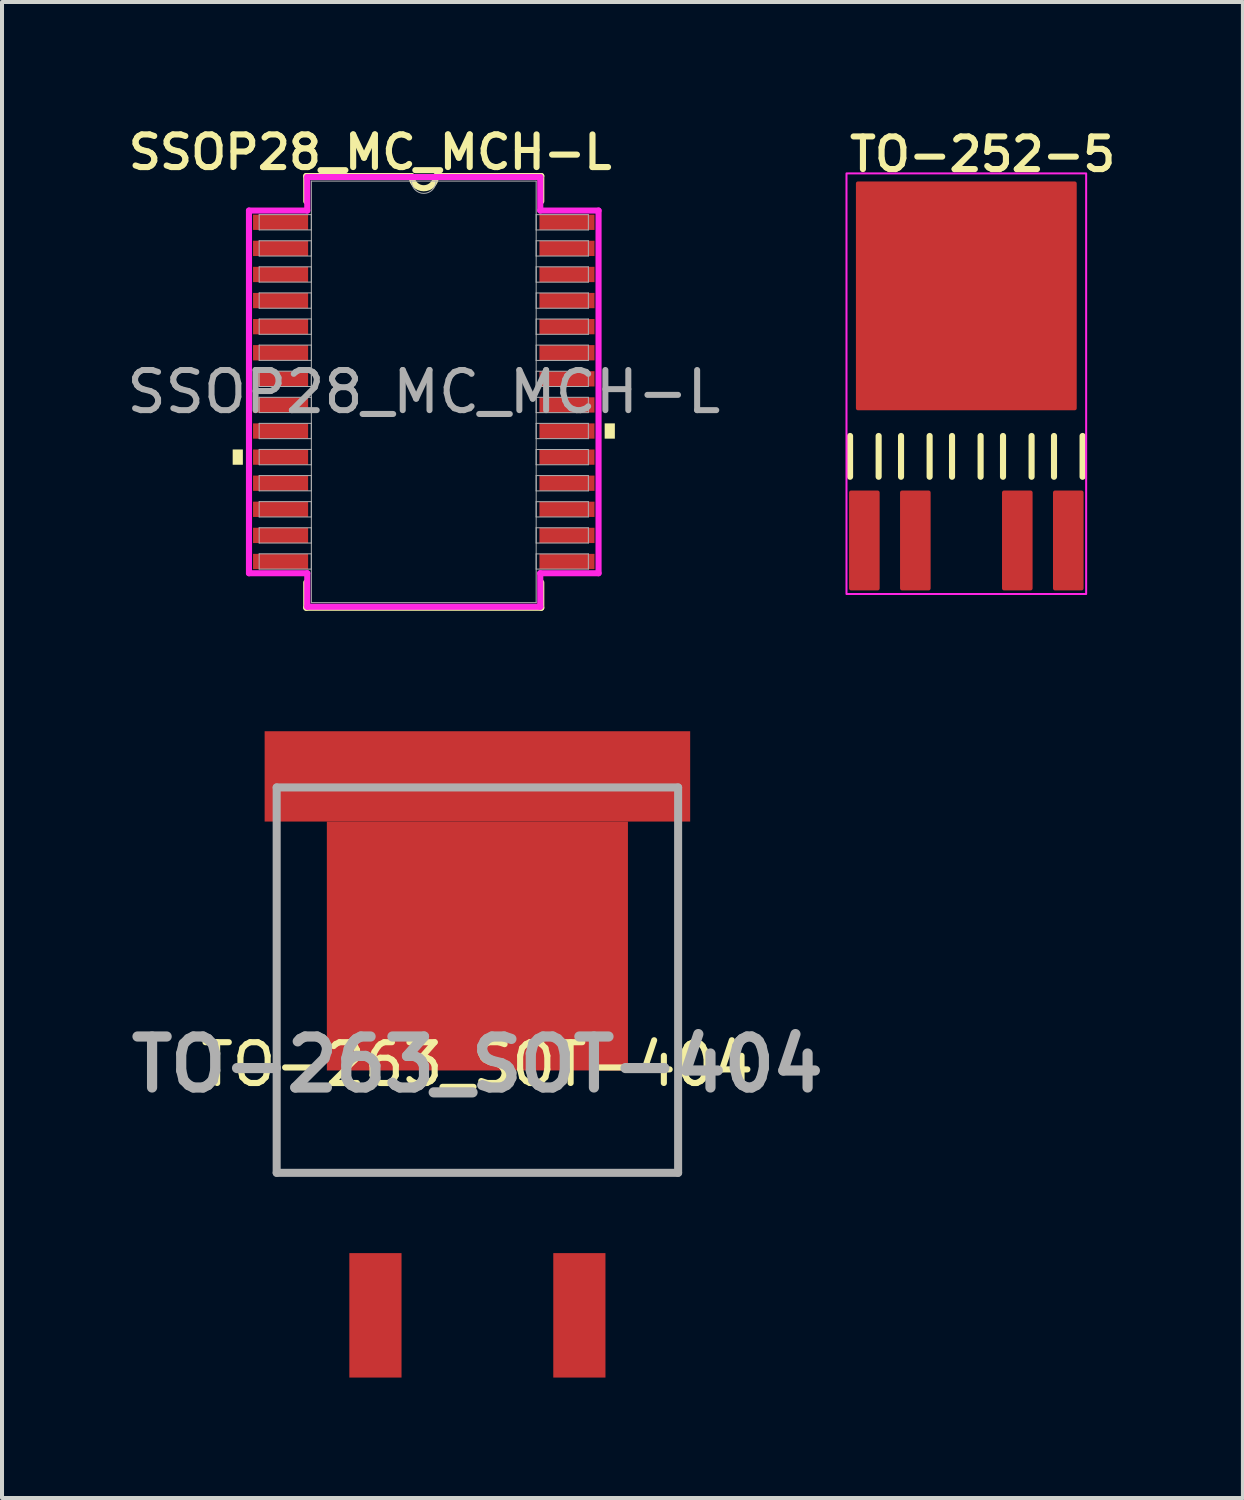
<source format=kicad_pcb>
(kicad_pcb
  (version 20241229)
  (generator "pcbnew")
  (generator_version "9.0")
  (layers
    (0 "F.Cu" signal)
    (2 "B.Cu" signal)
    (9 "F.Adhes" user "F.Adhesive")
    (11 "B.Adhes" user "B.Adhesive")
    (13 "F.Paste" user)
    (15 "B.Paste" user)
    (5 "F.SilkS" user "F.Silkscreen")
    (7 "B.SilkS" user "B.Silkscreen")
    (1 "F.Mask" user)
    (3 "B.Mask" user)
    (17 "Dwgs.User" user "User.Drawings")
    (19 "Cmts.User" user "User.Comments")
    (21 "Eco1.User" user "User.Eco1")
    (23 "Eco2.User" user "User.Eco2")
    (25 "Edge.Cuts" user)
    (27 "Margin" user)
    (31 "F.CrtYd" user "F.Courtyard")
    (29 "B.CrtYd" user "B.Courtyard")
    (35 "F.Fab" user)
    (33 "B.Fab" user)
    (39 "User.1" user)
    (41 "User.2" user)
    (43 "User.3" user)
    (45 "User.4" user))
  (footprint "TO-252-5"
    (layer "F.Cu")
    (at 21.021 4)
    (property "Reference" "TO-252-5" (at -2.985 -2.731 0) (layer "F.SilkS") (effects (font (size 0.813 0.813) (thickness 0.152) (bold yes)) (justify left bottom)))
    (attr smd)
    (fp_line (start -2.896 3.81) (end -2.896 4.826) (stroke (width 0.152) (type solid)) (layer "F.SilkS"))
    (fp_line (start -2.184 3.81) (end -2.184 4.826) (stroke (width 0.152) (type solid)) (layer "F.SilkS"))
    (fp_line (start -1.626 3.81) (end -1.626 4.826) (stroke (width 0.152) (type solid)) (layer "F.SilkS"))
    (fp_line (start -0.914 3.81) (end -0.914 4.826) (stroke (width 0.152) (type solid)) (layer "F.SilkS"))
    (fp_line (start -0.356 3.81) (end -0.356 4.826) (stroke (width 0.152) (type solid)) (layer "F.SilkS"))
    (fp_line (start 0.356 3.81) (end 0.356 4.826) (stroke (width 0.152) (type solid)) (layer "F.SilkS"))
    (fp_line (start 0.914 3.81) (end 0.914 4.826) (stroke (width 0.152) (type solid)) (layer "F.SilkS"))
    (fp_line (start 1.626 3.81) (end 1.626 4.826) (stroke (width 0.152) (type solid)) (layer "F.SilkS"))
    (fp_line (start 2.184 3.81) (end 2.184 4.826) (stroke (width 0.152) (type solid)) (layer "F.SilkS"))
    (fp_line (start 2.896 3.81) (end 2.896 4.826) (stroke (width 0.152) (type solid)) (layer "F.SilkS"))
    (fp_rect (start -2.985 -2.731) (end 2.985 7.747) (stroke (width 0.05) (type default)) (fill no) (layer "F.CrtYd"))
    (pad "1" smd roundrect (at -2.54 6.413) (size 0.762 2.489) (layers "F.Cu" "F.Mask" "F.Paste") (roundrect_rratio 0.067))
    (pad "2" smd roundrect (at -1.27 6.413) (size 0.762 2.489) (layers "F.Cu" "F.Mask" "F.Paste") (roundrect_rratio 0.067))
    (pad "3" smd roundrect (at 0 0.32) (size 5.5 5.7) (layers "F.Cu" "F.Mask" "F.Paste") (roundrect_rratio 0.009))
    (pad "4" smd roundrect (at 1.27 6.413) (size 0.762 2.489) (layers "F.Cu" "F.Mask" "F.Paste") (roundrect_rratio 0.067))
    (pad "5" smd roundrect (at 2.54 6.413) (size 0.762 2.489) (layers "F.Cu" "F.Mask" "F.Paste") (roundrect_rratio 0.067)))
  (footprint "SSOP28_MC_MCH-L"
    (layer "F.Cu")
    (at 7.506 6.712)
    (property "Reference" "SSOP28_MC_MCH-L" (at -1.333 -5.969 0) (unlocked yes) (layer "F.SilkS") (effects (font (size 0.813 0.813) (thickness 0.152) (bold yes))))
    (attr smd)
    (fp_line (start -2.927 -5.377) (end -2.927 -4.748) (stroke (width 0.152) (type solid)) (layer "F.SilkS"))
    (fp_line (start -2.927 4.748) (end -2.927 5.377) (stroke (width 0.152) (type solid)) (layer "F.SilkS"))
    (fp_line (start -2.927 5.377) (end 2.927 5.377) (stroke (width 0.152) (type solid)) (layer "F.SilkS"))
    (fp_line (start -0.305 -5.377) (end -2.927 -5.377) (stroke (width 0.152) (type solid)) (layer "F.SilkS"))
    (fp_line (start 2.927 -5.377) (end 0.305 -5.377) (stroke (width 0.152) (type solid)) (layer "F.SilkS"))
    (fp_line (start 2.927 -4.748) (end 2.927 -5.377) (stroke (width 0.152) (type solid)) (layer "F.SilkS"))
    (fp_line (start 2.927 5.377) (end 2.927 4.748) (stroke (width 0.152) (type solid)) (layer "F.SilkS"))
    (fp_arc (start 0.3048 -5.377) (mid 0 -5.0722) (end -0.3048 -5.377) (stroke (width 0.1524) (type solid)) (layer "F.SilkS"))
    (fp_poly (pts (xy -4.76 1.434) (xy -4.76 1.815) (xy -4.506 1.815) (xy -4.506 1.434)) (stroke (width 0) (type solid)) (fill yes) (layer "F.SilkS"))
    (fp_poly (pts (xy 4.76 0.784) (xy 4.76 1.165) (xy 4.506 1.165) (xy 4.506 0.784)) (stroke (width 0) (type solid)) (fill yes) (layer "F.SilkS"))
    (fp_line (start -4.354 -4.517) (end -2.902 -4.517) (stroke (width 0.152) (type solid)) (layer "F.CrtYd"))
    (fp_line (start -4.354 4.517) (end -4.354 -4.517) (stroke (width 0.152) (type solid)) (layer "F.CrtYd"))
    (fp_line (start -4.354 4.517) (end -2.902 4.517) (stroke (width 0.152) (type solid)) (layer "F.CrtYd"))
    (fp_line (start -2.902 -5.352) (end 2.902 -5.352) (stroke (width 0.152) (type solid)) (layer "F.CrtYd"))
    (fp_line (start -2.902 -4.517) (end -2.902 -5.352) (stroke (width 0.152) (type solid)) (layer "F.CrtYd"))
    (fp_line (start -2.902 5.352) (end -2.902 4.517) (stroke (width 0.152) (type solid)) (layer "F.CrtYd"))
    (fp_line (start 2.902 -5.352) (end 2.902 -4.517) (stroke (width 0.152) (type solid)) (layer "F.CrtYd"))
    (fp_line (start 2.902 4.517) (end 2.902 5.352) (stroke (width 0.152) (type solid)) (layer "F.CrtYd"))
    (fp_line (start 2.902 5.352) (end -2.902 5.352) (stroke (width 0.152) (type solid)) (layer "F.CrtYd"))
    (fp_line (start 4.354 -4.517) (end 2.902 -4.517) (stroke (width 0.152) (type solid)) (layer "F.CrtYd"))
    (fp_line (start 4.354 -4.517) (end 4.354 4.517) (stroke (width 0.152) (type solid)) (layer "F.CrtYd"))
    (fp_line (start 4.354 4.517) (end 2.902 4.517) (stroke (width 0.152) (type solid)) (layer "F.CrtYd"))
    (fp_line (start -4.1 -4.415) (end -4.1 -4.035) (stroke (width 0.025) (type solid)) (layer "F.Fab"))
    (fp_line (start -4.1 -4.035) (end -2.8 -4.035) (stroke (width 0.025) (type solid)) (layer "F.Fab"))
    (fp_line (start -4.1 -3.765) (end -4.1 -3.385) (stroke (width 0.025) (type solid)) (layer "F.Fab"))
    (fp_line (start -4.1 -3.385) (end -2.8 -3.385) (stroke (width 0.025) (type solid)) (layer "F.Fab"))
    (fp_line (start -4.1 -3.115) (end -4.1 -2.735) (stroke (width 0.025) (type solid)) (layer "F.Fab"))
    (fp_line (start -4.1 -2.735) (end -2.8 -2.735) (stroke (width 0.025) (type solid)) (layer "F.Fab"))
    (fp_line (start -4.1 -2.466) (end -4.1 -2.084) (stroke (width 0.025) (type solid)) (layer "F.Fab"))
    (fp_line (start -4.1 -2.084) (end -2.8 -2.084) (stroke (width 0.025) (type solid)) (layer "F.Fab"))
    (fp_line (start -4.1 -1.816) (end -4.1 -1.435) (stroke (width 0.025) (type solid)) (layer "F.Fab"))
    (fp_line (start -4.1 -1.435) (end -2.8 -1.435) (stroke (width 0.025) (type solid)) (layer "F.Fab"))
    (fp_line (start -4.1 -1.166) (end -4.1 -0.785) (stroke (width 0.025) (type solid)) (layer "F.Fab"))
    (fp_line (start -4.1 -0.785) (end -2.8 -0.785) (stroke (width 0.025) (type solid)) (layer "F.Fab"))
    (fp_line (start -4.1 -0.516) (end -4.1 -0.135) (stroke (width 0.025) (type solid)) (layer "F.Fab"))
    (fp_line (start -4.1 -0.135) (end -2.8 -0.135) (stroke (width 0.025) (type solid)) (layer "F.Fab"))
    (fp_line (start -4.1 0.134) (end -4.1 0.515) (stroke (width 0.025) (type solid)) (layer "F.Fab"))
    (fp_line (start -4.1 0.515) (end -2.8 0.515) (stroke (width 0.025) (type solid)) (layer "F.Fab"))
    (fp_line (start -4.1 0.784) (end -4.1 1.165) (stroke (width 0.025) (type solid)) (layer "F.Fab"))
    (fp_line (start -4.1 1.165) (end -2.8 1.165) (stroke (width 0.025) (type solid)) (layer "F.Fab"))
    (fp_line (start -4.1 1.434) (end -4.1 1.815) (stroke (width 0.025) (type solid)) (layer "F.Fab"))
    (fp_line (start -4.1 1.815) (end -2.8 1.815) (stroke (width 0.025) (type solid)) (layer "F.Fab"))
    (fp_line (start -4.1 2.084) (end -4.1 2.465) (stroke (width 0.025) (type solid)) (layer "F.Fab"))
    (fp_line (start -4.1 2.465) (end -2.8 2.465) (stroke (width 0.025) (type solid)) (layer "F.Fab"))
    (fp_line (start -4.1 2.734) (end -4.1 3.115) (stroke (width 0.025) (type solid)) (layer "F.Fab"))
    (fp_line (start -4.1 3.115) (end -2.8 3.115) (stroke (width 0.025) (type solid)) (layer "F.Fab"))
    (fp_line (start -4.1 3.384) (end -4.1 3.765) (stroke (width 0.025) (type solid)) (layer "F.Fab"))
    (fp_line (start -4.1 3.765) (end -2.8 3.765) (stroke (width 0.025) (type solid)) (layer "F.Fab"))
    (fp_line (start -4.1 4.034) (end -4.1 4.415) (stroke (width 0.025) (type solid)) (layer "F.Fab"))
    (fp_line (start -4.1 4.415) (end -2.8 4.415) (stroke (width 0.025) (type solid)) (layer "F.Fab"))
    (fp_line (start -2.8 -5.25) (end -2.8 5.25) (stroke (width 0.025) (type solid)) (layer "F.Fab"))
    (fp_line (start -2.8 -4.415) (end -4.1 -4.415) (stroke (width 0.025) (type solid)) (layer "F.Fab"))
    (fp_line (start -2.8 -4.035) (end -2.8 -4.415) (stroke (width 0.025) (type solid)) (layer "F.Fab"))
    (fp_line (start -2.8 -3.765) (end -4.1 -3.765) (stroke (width 0.025) (type solid)) (layer "F.Fab"))
    (fp_line (start -2.8 -3.385) (end -2.8 -3.765) (stroke (width 0.025) (type solid)) (layer "F.Fab"))
    (fp_line (start -2.8 -3.115) (end -4.1 -3.115) (stroke (width 0.025) (type solid)) (layer "F.Fab"))
    (fp_line (start -2.8 -2.735) (end -2.8 -3.115) (stroke (width 0.025) (type solid)) (layer "F.Fab"))
    (fp_line (start -2.8 -2.466) (end -4.1 -2.466) (stroke (width 0.025) (type solid)) (layer "F.Fab"))
    (fp_line (start -2.8 -2.084) (end -2.8 -2.466) (stroke (width 0.025) (type solid)) (layer "F.Fab"))
    (fp_line (start -2.8 -1.816) (end -4.1 -1.816) (stroke (width 0.025) (type solid)) (layer "F.Fab"))
    (fp_line (start -2.8 -1.435) (end -2.8 -1.816) (stroke (width 0.025) (type solid)) (layer "F.Fab"))
    (fp_line (start -2.8 -1.166) (end -4.1 -1.166) (stroke (width 0.025) (type solid)) (layer "F.Fab"))
    (fp_line (start -2.8 -0.785) (end -2.8 -1.166) (stroke (width 0.025) (type solid)) (layer "F.Fab"))
    (fp_line (start -2.8 -0.516) (end -4.1 -0.516) (stroke (width 0.025) (type solid)) (layer "F.Fab"))
    (fp_line (start -2.8 -0.135) (end -2.8 -0.516) (stroke (width 0.025) (type solid)) (layer "F.Fab"))
    (fp_line (start -2.8 0.134) (end -4.1 0.134) (stroke (width 0.025) (type solid)) (layer "F.Fab"))
    (fp_line (start -2.8 0.515) (end -2.8 0.134) (stroke (width 0.025) (type solid)) (layer "F.Fab"))
    (fp_line (start -2.8 0.784) (end -4.1 0.784) (stroke (width 0.025) (type solid)) (layer "F.Fab"))
    (fp_line (start -2.8 1.165) (end -2.8 0.784) (stroke (width 0.025) (type solid)) (layer "F.Fab"))
    (fp_line (start -2.8 1.434) (end -4.1 1.434) (stroke (width 0.025) (type solid)) (layer "F.Fab"))
    (fp_line (start -2.8 1.815) (end -2.8 1.434) (stroke (width 0.025) (type solid)) (layer "F.Fab"))
    (fp_line (start -2.8 2.084) (end -4.1 2.084) (stroke (width 0.025) (type solid)) (layer "F.Fab"))
    (fp_line (start -2.8 2.465) (end -2.8 2.084) (stroke (width 0.025) (type solid)) (layer "F.Fab"))
    (fp_line (start -2.8 2.734) (end -4.1 2.734) (stroke (width 0.025) (type solid)) (layer "F.Fab"))
    (fp_line (start -2.8 3.115) (end -2.8 2.734) (stroke (width 0.025) (type solid)) (layer "F.Fab"))
    (fp_line (start -2.8 3.384) (end -4.1 3.384) (stroke (width 0.025) (type solid)) (layer "F.Fab"))
    (fp_line (start -2.8 3.765) (end -2.8 3.384) (stroke (width 0.025) (type solid)) (layer "F.Fab"))
    (fp_line (start -2.8 4.034) (end -4.1 4.034) (stroke (width 0.025) (type solid)) (layer "F.Fab"))
    (fp_line (start -2.8 4.415) (end -2.8 4.034) (stroke (width 0.025) (type solid)) (layer "F.Fab"))
    (fp_line (start -2.8 5.25) (end 2.8 5.25) (stroke (width 0.025) (type solid)) (layer "F.Fab"))
    (fp_line (start 2.8 -5.25) (end -2.8 -5.25) (stroke (width 0.025) (type solid)) (layer "F.Fab"))
    (fp_line (start 2.8 -4.415) (end 2.8 -4.034) (stroke (width 0.025) (type solid)) (layer "F.Fab"))
    (fp_line (start 2.8 -4.034) (end 4.1 -4.034) (stroke (width 0.025) (type solid)) (layer "F.Fab"))
    (fp_line (start 2.8 -3.765) (end 2.8 -3.384) (stroke (width 0.025) (type solid)) (layer "F.Fab"))
    (fp_line (start 2.8 -3.384) (end 4.1 -3.384) (stroke (width 0.025) (type solid)) (layer "F.Fab"))
    (fp_line (start 2.8 -3.115) (end 2.8 -2.734) (stroke (width 0.025) (type solid)) (layer "F.Fab"))
    (fp_line (start 2.8 -2.734) (end 4.1 -2.734) (stroke (width 0.025) (type solid)) (layer "F.Fab"))
    (fp_line (start 2.8 -2.465) (end 2.8 -2.084) (stroke (width 0.025) (type solid)) (layer "F.Fab"))
    (fp_line (start 2.8 -2.084) (end 4.1 -2.084) (stroke (width 0.025) (type solid)) (layer "F.Fab"))
    (fp_line (start 2.8 -1.815) (end 2.8 -1.434) (stroke (width 0.025) (type solid)) (layer "F.Fab"))
    (fp_line (start 2.8 -1.434) (end 4.1 -1.434) (stroke (width 0.025) (type solid)) (layer "F.Fab"))
    (fp_line (start 2.8 -1.165) (end 2.8 -0.784) (stroke (width 0.025) (type solid)) (layer "F.Fab"))
    (fp_line (start 2.8 -0.784) (end 4.1 -0.784) (stroke (width 0.025) (type solid)) (layer "F.Fab"))
    (fp_line (start 2.8 -0.515) (end 2.8 -0.134) (stroke (width 0.025) (type solid)) (layer "F.Fab"))
    (fp_line (start 2.8 -0.134) (end 4.1 -0.134) (stroke (width 0.025) (type solid)) (layer "F.Fab"))
    (fp_line (start 2.8 0.135) (end 2.8 0.516) (stroke (width 0.025) (type solid)) (layer "F.Fab"))
    (fp_line (start 2.8 0.516) (end 4.1 0.516) (stroke (width 0.025) (type solid)) (layer "F.Fab"))
    (fp_line (start 2.8 0.784) (end 2.8 1.165) (stroke (width 0.025) (type solid)) (layer "F.Fab"))
    (fp_line (start 2.8 1.165) (end 4.1 1.165) (stroke (width 0.025) (type solid)) (layer "F.Fab"))
    (fp_line (start 2.8 1.435) (end 2.8 1.815) (stroke (width 0.025) (type solid)) (layer "F.Fab"))
    (fp_line (start 2.8 1.815) (end 4.1 1.815) (stroke (width 0.025) (type solid)) (layer "F.Fab"))
    (fp_line (start 2.8 2.084) (end 2.8 2.466) (stroke (width 0.025) (type solid)) (layer "F.Fab"))
    (fp_line (start 2.8 2.466) (end 4.1 2.466) (stroke (width 0.025) (type solid)) (layer "F.Fab"))
    (fp_line (start 2.8 2.735) (end 2.8 3.115) (stroke (width 0.025) (type solid)) (layer "F.Fab"))
    (fp_line (start 2.8 3.115) (end 4.1 3.115) (stroke (width 0.025) (type solid)) (layer "F.Fab"))
    (fp_line (start 2.8 3.385) (end 2.8 3.765) (stroke (width 0.025) (type solid)) (layer "F.Fab"))
    (fp_line (start 2.8 3.765) (end 4.1 3.765) (stroke (width 0.025) (type solid)) (layer "F.Fab"))
    (fp_line (start 2.8 4.035) (end 2.8 4.415) (stroke (width 0.025) (type solid)) (layer "F.Fab"))
    (fp_line (start 2.8 4.415) (end 4.1 4.415) (stroke (width 0.025) (type solid)) (layer "F.Fab"))
    (fp_line (start 2.8 5.25) (end 2.8 -5.25) (stroke (width 0.025) (type solid)) (layer "F.Fab"))
    (fp_line (start 4.1 -4.415) (end 2.8 -4.415) (stroke (width 0.025) (type solid)) (layer "F.Fab"))
    (fp_line (start 4.1 -4.034) (end 4.1 -4.415) (stroke (width 0.025) (type solid)) (layer "F.Fab"))
    (fp_line (start 4.1 -3.765) (end 2.8 -3.765) (stroke (width 0.025) (type solid)) (layer "F.Fab"))
    (fp_line (start 4.1 -3.384) (end 4.1 -3.765) (stroke (width 0.025) (type solid)) (layer "F.Fab"))
    (fp_line (start 4.1 -3.115) (end 2.8 -3.115) (stroke (width 0.025) (type solid)) (layer "F.Fab"))
    (fp_line (start 4.1 -2.734) (end 4.1 -3.115) (stroke (width 0.025) (type solid)) (layer "F.Fab"))
    (fp_line (start 4.1 -2.465) (end 2.8 -2.465) (stroke (width 0.025) (type solid)) (layer "F.Fab"))
    (fp_line (start 4.1 -2.084) (end 4.1 -2.465) (stroke (width 0.025) (type solid)) (layer "F.Fab"))
    (fp_line (start 4.1 -1.815) (end 2.8 -1.815) (stroke (width 0.025) (type solid)) (layer "F.Fab"))
    (fp_line (start 4.1 -1.434) (end 4.1 -1.815) (stroke (width 0.025) (type solid)) (layer "F.Fab"))
    (fp_line (start 4.1 -1.165) (end 2.8 -1.165) (stroke (width 0.025) (type solid)) (layer "F.Fab"))
    (fp_line (start 4.1 -0.784) (end 4.1 -1.165) (stroke (width 0.025) (type solid)) (layer "F.Fab"))
    (fp_line (start 4.1 -0.515) (end 2.8 -0.515) (stroke (width 0.025) (type solid)) (layer "F.Fab"))
    (fp_line (start 4.1 -0.134) (end 4.1 -0.515) (stroke (width 0.025) (type solid)) (layer "F.Fab"))
    (fp_line (start 4.1 0.135) (end 2.8 0.135) (stroke (width 0.025) (type solid)) (layer "F.Fab"))
    (fp_line (start 4.1 0.516) (end 4.1 0.135) (stroke (width 0.025) (type solid)) (layer "F.Fab"))
    (fp_line (start 4.1 0.784) (end 2.8 0.784) (stroke (width 0.025) (type solid)) (layer "F.Fab"))
    (fp_line (start 4.1 1.165) (end 4.1 0.784) (stroke (width 0.025) (type solid)) (layer "F.Fab"))
    (fp_line (start 4.1 1.435) (end 2.8 1.435) (stroke (width 0.025) (type solid)) (layer "F.Fab"))
    (fp_line (start 4.1 1.815) (end 4.1 1.435) (stroke (width 0.025) (type solid)) (layer "F.Fab"))
    (fp_line (start 4.1 2.084) (end 2.8 2.084) (stroke (width 0.025) (type solid)) (layer "F.Fab"))
    (fp_line (start 4.1 2.466) (end 4.1 2.084) (stroke (width 0.025) (type solid)) (layer "F.Fab"))
    (fp_line (start 4.1 2.735) (end 2.8 2.735) (stroke (width 0.025) (type solid)) (layer "F.Fab"))
    (fp_line (start 4.1 3.115) (end 4.1 2.735) (stroke (width 0.025) (type solid)) (layer "F.Fab"))
    (fp_line (start 4.1 3.385) (end 2.8 3.385) (stroke (width 0.025) (type solid)) (layer "F.Fab"))
    (fp_line (start 4.1 3.765) (end 4.1 3.385) (stroke (width 0.025) (type solid)) (layer "F.Fab"))
    (fp_line (start 4.1 4.035) (end 2.8 4.035) (stroke (width 0.025) (type solid)) (layer "F.Fab"))
    (fp_line (start 4.1 4.415) (end 4.1 4.035) (stroke (width 0.025) (type solid)) (layer "F.Fab"))
    (fp_arc (start 0.3048 -5.25) (mid 0 -4.9452) (end -0.3048 -5.25) (stroke (width 0.0254) (type solid)) (layer "F.Fab"))
    (fp_text user "${REFERENCE}" (at 0 0 0) (unlocked yes) (layer "F.Fab") (effects (font (size 1 1) (thickness 0.15))))
    (pad "1" smd rect (at -3.567 -4.225) (size 1.372 0.381) (layers "F.Cu" "F.Mask" "F.Paste"))
    (pad "2" smd rect (at -3.567 -3.575) (size 1.372 0.381) (layers "F.Cu" "F.Mask" "F.Paste"))
    (pad "3" smd rect (at -3.567 -2.925) (size 1.372 0.381) (layers "F.Cu" "F.Mask" "F.Paste"))
    (pad "4" smd rect (at -3.567 -2.275) (size 1.372 0.381) (layers "F.Cu" "F.Mask" "F.Paste"))
    (pad "5" smd rect (at -3.567 -1.625) (size 1.372 0.381) (layers "F.Cu" "F.Mask" "F.Paste"))
    (pad "6" smd rect (at -3.567 -0.975) (size 1.372 0.381) (layers "F.Cu" "F.Mask" "F.Paste"))
    (pad "7" smd rect (at -3.567 -0.325) (size 1.372 0.381) (layers "F.Cu" "F.Mask" "F.Paste"))
    (pad "8" smd rect (at -3.567 0.325) (size 1.372 0.381) (layers "F.Cu" "F.Mask" "F.Paste"))
    (pad "9" smd rect (at -3.567 0.975) (size 1.372 0.381) (layers "F.Cu" "F.Mask" "F.Paste"))
    (pad "10" smd rect (at -3.567 1.625) (size 1.372 0.381) (layers "F.Cu" "F.Mask" "F.Paste"))
    (pad "11" smd rect (at -3.567 2.275) (size 1.372 0.381) (layers "F.Cu" "F.Mask" "F.Paste"))
    (pad "12" smd rect (at -3.567 2.925) (size 1.372 0.381) (layers "F.Cu" "F.Mask" "F.Paste"))
    (pad "13" smd rect (at -3.567 3.575) (size 1.372 0.381) (layers "F.Cu" "F.Mask" "F.Paste"))
    (pad "14" smd rect (at -3.567 4.225) (size 1.372 0.381) (layers "F.Cu" "F.Mask" "F.Paste"))
    (pad "15" smd rect (at 3.567 4.225) (size 1.372 0.381) (layers "F.Cu" "F.Mask" "F.Paste"))
    (pad "16" smd rect (at 3.567 3.575) (size 1.372 0.381) (layers "F.Cu" "F.Mask" "F.Paste"))
    (pad "17" smd rect (at 3.567 2.925) (size 1.372 0.381) (layers "F.Cu" "F.Mask" "F.Paste"))
    (pad "18" smd rect (at 3.567 2.275) (size 1.372 0.381) (layers "F.Cu" "F.Mask" "F.Paste"))
    (pad "19" smd rect (at 3.567 1.625) (size 1.372 0.381) (layers "F.Cu" "F.Mask" "F.Paste"))
    (pad "20" smd rect (at 3.567 0.975) (size 1.372 0.381) (layers "F.Cu" "F.Mask" "F.Paste"))
    (pad "21" smd rect (at 3.567 0.325) (size 1.372 0.381) (layers "F.Cu" "F.Mask" "F.Paste"))
    (pad "22" smd rect (at 3.567 -0.325) (size 1.372 0.381) (layers "F.Cu" "F.Mask" "F.Paste"))
    (pad "23" smd rect (at 3.567 -0.975) (size 1.372 0.381) (layers "F.Cu" "F.Mask" "F.Paste"))
    (pad "24" smd rect (at 3.567 -1.625) (size 1.372 0.381) (layers "F.Cu" "F.Mask" "F.Paste"))
    (pad "25" smd rect (at 3.567 -2.275) (size 1.372 0.381) (layers "F.Cu" "F.Mask" "F.Paste"))
    (pad "26" smd rect (at 3.567 -2.925) (size 1.372 0.381) (layers "F.Cu" "F.Mask" "F.Paste"))
    (pad "27" smd rect (at 3.567 -3.575) (size 1.372 0.381) (layers "F.Cu" "F.Mask" "F.Paste"))
    (pad "28" smd rect (at 3.567 -4.225) (size 1.372 0.381) (layers "F.Cu" "F.Mask" "F.Paste")))
  (footprint "TO-263_SOT-404"
    (layer "F.Cu")
    (at 8.842 24.028)
    (property "Reference" "TO-263_SOT-404" (at 0 -0.563 0) (layer "F.SilkS") (effects (font (size 1.016 1.016) (thickness 0.152))))
    (attr smd)
    (fp_line (start -5 -5.963) (end -5 2.137) (stroke (width 0.1) (type solid)) (layer "F.SilkS"))
    (fp_line (start -5 2.137) (end 5 2.137) (stroke (width 0.1) (type solid)) (layer "F.SilkS"))
    (fp_line (start 5 2.137) (end 5 -5.963) (stroke (width 0.1) (type solid)) (layer "F.SilkS"))
    (fp_line (start -5 -7.463) (end 5 -7.463) (stroke (width 0.2) (type solid)) (layer "F.Fab"))
    (fp_line (start -5 2.137) (end -5 -7.463) (stroke (width 0.2) (type solid)) (layer "F.Fab"))
    (fp_line (start 5 -7.463) (end 5 2.137) (stroke (width 0.2) (type solid)) (layer "F.Fab"))
    (fp_line (start 5 2.137) (end -5 2.137) (stroke (width 0.2) (type solid)) (layer "F.Fab"))
    (fp_text user "${REFERENCE}" (at 0 -0.563 0) (layer "F.Fab") (effects (font (size 1.27 1.27) (thickness 0.254))))
    (pad "1" smd rect (at -2.54 5.687) (size 1.3 3.1) (layers "F.Cu" "F.Mask" "F.Paste"))
    (pad "2" smd rect (at 0 -7.738 90) (size 2.25 10.6) (layers "F.Cu" "F.Mask" "F.Paste"))
    (pad "2" smd rect (at 0 -3.513 90) (size 6.2 7.5) (layers "F.Cu" "F.Mask" "F.Paste"))
    (pad "3" smd rect (at 2.54 5.687) (size 1.3 3.1) (layers "F.Cu" "F.Mask" "F.Paste")))
  (gr_rect
    (start -3 -3)
    (end 27.911 34.265)
    (stroke (width 0.1) (type default))
    (fill no)
    (layer "Edge.Cuts")))
</source>
